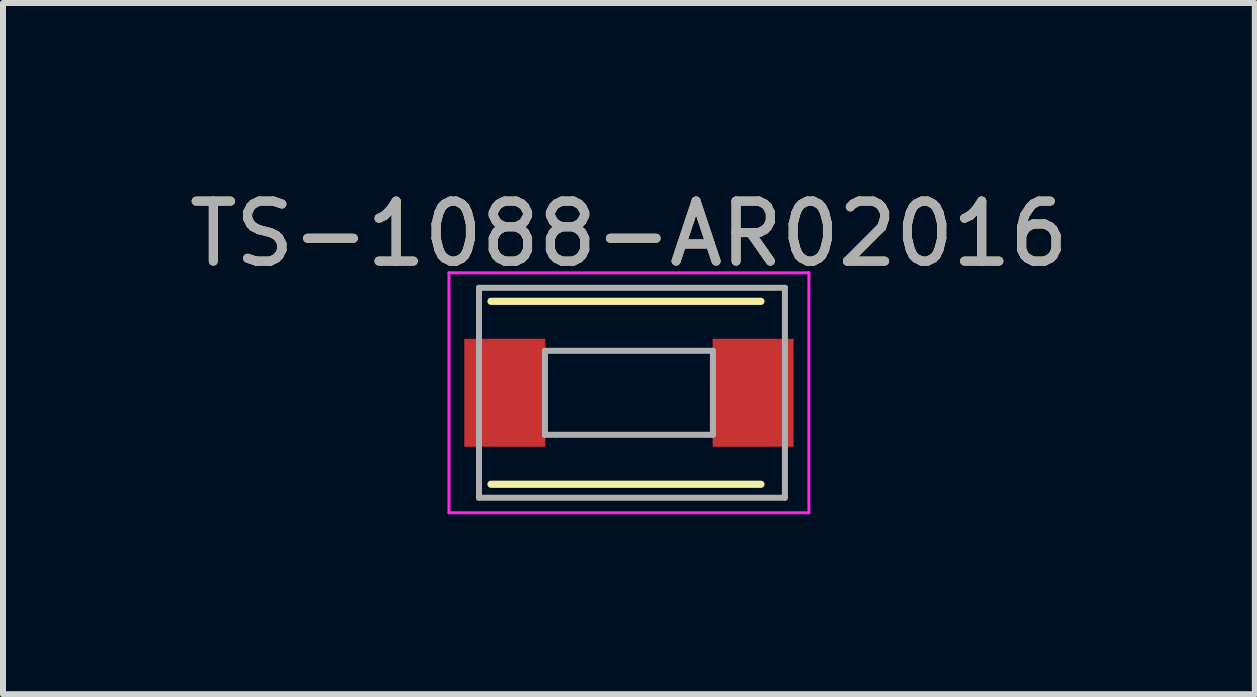
<source format=kicad_pcb>
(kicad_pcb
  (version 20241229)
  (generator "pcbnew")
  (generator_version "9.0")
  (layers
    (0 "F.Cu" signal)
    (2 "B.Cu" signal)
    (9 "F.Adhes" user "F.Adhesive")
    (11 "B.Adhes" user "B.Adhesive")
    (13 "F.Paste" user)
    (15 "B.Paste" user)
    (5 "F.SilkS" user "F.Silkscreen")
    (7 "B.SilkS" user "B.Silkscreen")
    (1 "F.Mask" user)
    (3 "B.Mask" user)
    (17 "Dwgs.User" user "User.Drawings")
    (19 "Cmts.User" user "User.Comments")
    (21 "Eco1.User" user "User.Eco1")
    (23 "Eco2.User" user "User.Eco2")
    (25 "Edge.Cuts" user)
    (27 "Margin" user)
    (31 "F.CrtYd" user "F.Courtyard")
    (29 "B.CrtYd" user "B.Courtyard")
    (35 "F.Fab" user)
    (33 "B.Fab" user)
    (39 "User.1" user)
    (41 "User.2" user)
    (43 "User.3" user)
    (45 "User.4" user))
  (footprint "TS-1088-AR02016"
    (layer "F.Cu")
    (at 7.435 3.498)
    (property "Reference" "TS-1088-AR02016" (at 0 -2.65 0) (layer "F.SilkS") (effects (font (size 1 1) (thickness 0.15))))
    (attr smd)
    (fp_line (start -2.3 1.525) (end 2.2 1.525) (stroke (width 0.12) (type solid)) (layer "F.SilkS"))
    (fp_line (start 2.2 -1.525) (end -2.3 -1.525) (stroke (width 0.12) (type solid)) (layer "F.SilkS"))
    (fp_line (start -3 -2) (end 3 -2) (stroke (width 0.05) (type solid)) (layer "F.CrtYd"))
    (fp_line (start -3 2) (end -3 -2) (stroke (width 0.05) (type solid)) (layer "F.CrtYd"))
    (fp_line (start 3 -2) (end 3 2) (stroke (width 0.05) (type solid)) (layer "F.CrtYd"))
    (fp_line (start 3 2) (end -3 2) (stroke (width 0.05) (type solid)) (layer "F.CrtYd"))
    (fp_line (start -2.5 -1.75) (end 2.6 -1.75) (stroke (width 0.1) (type solid)) (layer "F.Fab"))
    (fp_line (start -2.5 1.75) (end -2.5 -1.75) (stroke (width 0.1) (type solid)) (layer "F.Fab"))
    (fp_line (start -1.4 -0.7) (end 1.4 -0.7) (stroke (width 0.1) (type solid)) (layer "F.Fab"))
    (fp_line (start -1.4 0.7) (end -1.4 -0.7) (stroke (width 0.1) (type solid)) (layer "F.Fab"))
    (fp_line (start 1.4 -0.7) (end 1.4 0.7) (stroke (width 0.1) (type solid)) (layer "F.Fab"))
    (fp_line (start 1.4 0.7) (end -1.4 0.7) (stroke (width 0.1) (type solid)) (layer "F.Fab"))
    (fp_line (start 2.6 1.75) (end -2.5 1.75) (stroke (width 0.1) (type solid)) (layer "F.Fab"))
    (fp_line (start 2.6 1.75) (end 2.6 -1.75) (stroke (width 0.1) (type solid)) (layer "F.Fab"))
    (fp_text user "${REFERENCE}" (at 0 -2.65 0) (layer "F.Fab") (effects (font (size 1 1) (thickness 0.15))))
    (pad "1" smd rect (at -2.07 0) (size 1.35 1.8) (layers "F.Cu" "F.Mask" "F.Paste"))
    (pad "2" smd rect (at 2.07 0) (size 1.35 1.8) (layers "F.Cu" "F.Mask" "F.Paste")))
  (gr_rect
    (start -3 -3)
    (end 17.869 8.523)
    (stroke (width 0.1) (type default))
    (fill no)
    (layer "Edge.Cuts")))
</source>
